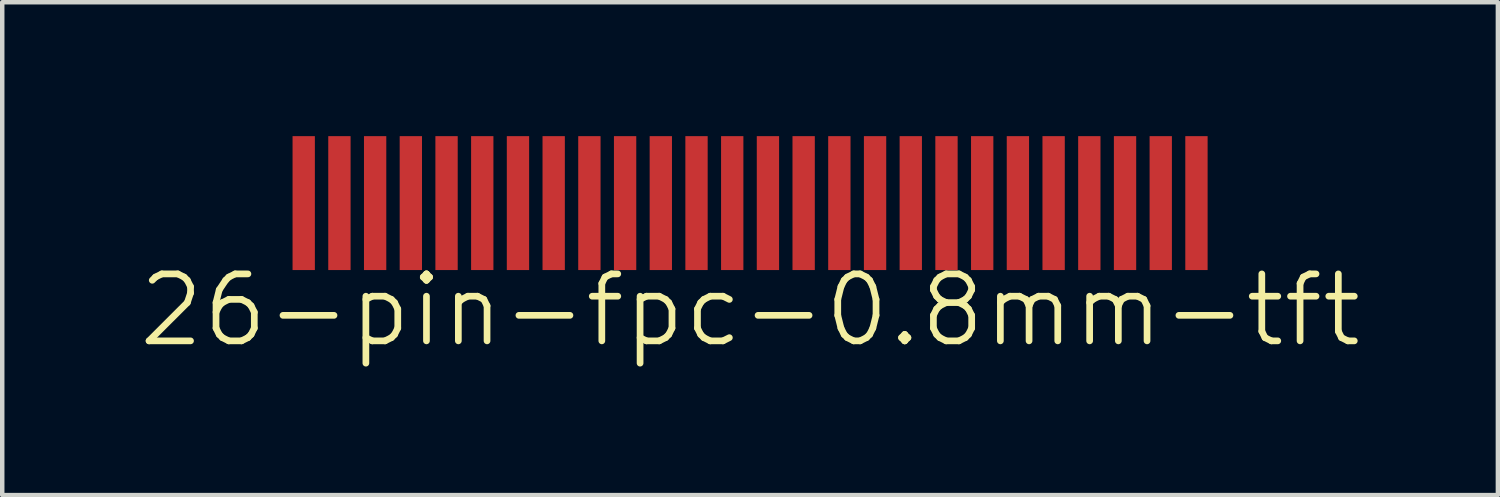
<source format=kicad_pcb>
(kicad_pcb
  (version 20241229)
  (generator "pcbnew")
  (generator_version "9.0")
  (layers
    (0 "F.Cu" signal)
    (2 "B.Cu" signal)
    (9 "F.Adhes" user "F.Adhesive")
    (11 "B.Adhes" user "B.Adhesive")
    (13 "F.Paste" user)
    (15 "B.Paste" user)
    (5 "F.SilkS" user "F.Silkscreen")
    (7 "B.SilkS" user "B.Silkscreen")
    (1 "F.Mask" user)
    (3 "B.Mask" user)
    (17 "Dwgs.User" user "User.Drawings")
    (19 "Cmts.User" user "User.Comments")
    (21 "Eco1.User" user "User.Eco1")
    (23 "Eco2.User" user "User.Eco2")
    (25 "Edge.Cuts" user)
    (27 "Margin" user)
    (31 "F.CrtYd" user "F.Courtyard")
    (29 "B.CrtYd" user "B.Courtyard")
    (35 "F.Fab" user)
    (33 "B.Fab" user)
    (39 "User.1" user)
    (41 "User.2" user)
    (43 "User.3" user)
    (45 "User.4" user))
  (footprint "26-pin-fpc-0.8mm-tft"
    (layer "F.Cu")
    (at 13.754 1.5)
    (property "Reference" "26-pin-fpc-0.8mm-tft" (at 0 2.4 0) (layer "F.SilkS") (effects (font (size 1.5 1.5) (thickness 0.15))))
    (attr through_hole)
    (pad "1" smd rect (at -10 0) (size 0.5 3) (layers "F.Cu" "F.Mask" "F.Paste"))
    (pad "2" smd rect (at -9.2 0) (size 0.5 3) (layers "F.Cu" "F.Mask" "F.Paste"))
    (pad "3" smd rect (at -8.4 0) (size 0.5 3) (layers "F.Cu" "F.Mask" "F.Paste"))
    (pad "4" smd rect (at -7.6 0) (size 0.5 3) (layers "F.Cu" "F.Mask" "F.Paste"))
    (pad "5" smd rect (at -6.8 0) (size 0.5 3) (layers "F.Cu" "F.Mask" "F.Paste"))
    (pad "6" smd rect (at -6 0) (size 0.5 3) (layers "F.Cu" "F.Mask" "F.Paste"))
    (pad "7" smd rect (at -5.2 0) (size 0.5 3) (layers "F.Cu" "F.Mask" "F.Paste"))
    (pad "8" smd rect (at -4.4 0) (size 0.5 3) (layers "F.Cu" "F.Mask" "F.Paste"))
    (pad "9" smd rect (at -3.6 0) (size 0.5 3) (layers "F.Cu" "F.Mask" "F.Paste"))
    (pad "10" smd rect (at -2.8 0) (size 0.5 3) (layers "F.Cu" "F.Mask" "F.Paste"))
    (pad "11" smd rect (at -2 0) (size 0.5 3) (layers "F.Cu" "F.Mask" "F.Paste"))
    (pad "12" smd rect (at -1.2 0) (size 0.5 3) (layers "F.Cu" "F.Mask" "F.Paste"))
    (pad "13" smd rect (at -0.4 0) (size 0.5 3) (layers "F.Cu" "F.Mask" "F.Paste"))
    (pad "14" smd rect (at 0.4 0) (size 0.5 3) (layers "F.Cu" "F.Mask" "F.Paste"))
    (pad "15" smd rect (at 1.2 0) (size 0.5 3) (layers "F.Cu" "F.Mask" "F.Paste"))
    (pad "16" smd rect (at 2 0) (size 0.5 3) (layers "F.Cu" "F.Mask" "F.Paste"))
    (pad "17" smd rect (at 2.8 0) (size 0.5 3) (layers "F.Cu" "F.Mask" "F.Paste"))
    (pad "18" smd rect (at 3.6 0) (size 0.5 3) (layers "F.Cu" "F.Mask" "F.Paste"))
    (pad "19" smd rect (at 4.4 0) (size 0.5 3) (layers "F.Cu" "F.Mask" "F.Paste"))
    (pad "20" smd rect (at 5.2 0) (size 0.5 3) (layers "F.Cu" "F.Mask" "F.Paste"))
    (pad "21" smd rect (at 6 0) (size 0.5 3) (layers "F.Cu" "F.Mask" "F.Paste"))
    (pad "22" smd rect (at 6.8 0) (size 0.5 3) (layers "F.Cu" "F.Mask" "F.Paste"))
    (pad "23" smd rect (at 7.6 0) (size 0.5 3) (layers "F.Cu" "F.Mask" "F.Paste"))
    (pad "24" smd rect (at 8.4 0) (size 0.5 3) (layers "F.Cu" "F.Mask" "F.Paste"))
    (pad "25" smd rect (at 9.2 0) (size 0.5 3) (layers "F.Cu" "F.Mask" "F.Paste"))
    (pad "26" smd rect (at 10 0) (size 0.5 3) (layers "F.Cu" "F.Mask" "F.Paste")))
  (gr_rect
    (start -3 -3)
    (end 30.507 8.041)
    (stroke (width 0.1) (type default))
    (fill no)
    (layer "Edge.Cuts")))
</source>
